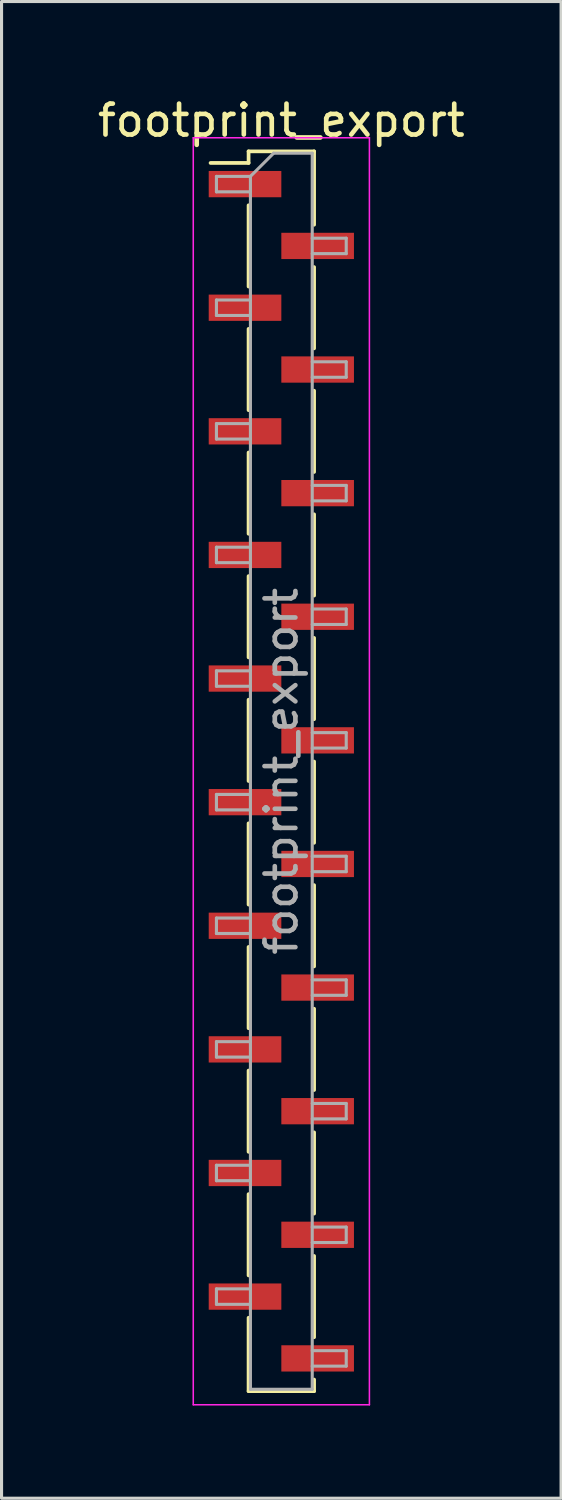
<source format=kicad_pcb>
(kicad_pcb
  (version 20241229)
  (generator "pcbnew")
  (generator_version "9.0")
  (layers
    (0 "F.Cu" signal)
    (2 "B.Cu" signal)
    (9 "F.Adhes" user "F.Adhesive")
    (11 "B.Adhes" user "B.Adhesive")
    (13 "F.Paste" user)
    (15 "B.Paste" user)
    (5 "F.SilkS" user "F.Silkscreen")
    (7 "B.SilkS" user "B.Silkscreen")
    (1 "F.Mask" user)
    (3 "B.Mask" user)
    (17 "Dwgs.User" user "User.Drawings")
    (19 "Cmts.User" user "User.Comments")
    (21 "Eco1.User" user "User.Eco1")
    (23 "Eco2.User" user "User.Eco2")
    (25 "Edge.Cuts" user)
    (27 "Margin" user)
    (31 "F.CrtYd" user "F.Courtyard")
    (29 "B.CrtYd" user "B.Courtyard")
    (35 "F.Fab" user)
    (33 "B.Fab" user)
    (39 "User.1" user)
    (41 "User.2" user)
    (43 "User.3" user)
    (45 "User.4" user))
  (footprint "footprint_export"
    (layer "F.Cu")
    (at 6.054 21.908)
    (property "Reference" "footprint_export" (at 0 -21.06 0) (layer "F.SilkS") (effects (font (size 1 1) (thickness 0.15))))
    (attr smd)
    (fp_line (start -1.06 -20.06) (end -1.06 -19.685) (stroke (width 0.12) (type solid)) (layer "F.SilkS"))
    (fp_line (start -1.06 -20.06) (end 1.06 -20.06) (stroke (width 0.12) (type solid)) (layer "F.SilkS"))
    (fp_line (start -1.06 -19.685) (end -2.29 -19.685) (stroke (width 0.12) (type solid)) (layer "F.SilkS"))
    (fp_line (start -1.06 -18.315) (end -1.06 -15.685) (stroke (width 0.12) (type solid)) (layer "F.SilkS"))
    (fp_line (start -1.06 -14.315) (end -1.06 -11.685) (stroke (width 0.12) (type solid)) (layer "F.SilkS"))
    (fp_line (start -1.06 -10.315) (end -1.06 -7.685) (stroke (width 0.12) (type solid)) (layer "F.SilkS"))
    (fp_line (start -1.06 -6.315) (end -1.06 -3.685) (stroke (width 0.12) (type solid)) (layer "F.SilkS"))
    (fp_line (start -1.06 -2.315) (end -1.06 0.315) (stroke (width 0.12) (type solid)) (layer "F.SilkS"))
    (fp_line (start -1.06 1.685) (end -1.06 4.315) (stroke (width 0.12) (type solid)) (layer "F.SilkS"))
    (fp_line (start -1.06 5.685) (end -1.06 8.315) (stroke (width 0.12) (type solid)) (layer "F.SilkS"))
    (fp_line (start -1.06 9.685) (end -1.06 12.315) (stroke (width 0.12) (type solid)) (layer "F.SilkS"))
    (fp_line (start -1.06 13.685) (end -1.06 16.315) (stroke (width 0.12) (type solid)) (layer "F.SilkS"))
    (fp_line (start -1.06 17.685) (end -1.06 20.06) (stroke (width 0.12) (type solid)) (layer "F.SilkS"))
    (fp_line (start -1.06 20.06) (end 1.06 20.06) (stroke (width 0.12) (type solid)) (layer "F.SilkS"))
    (fp_line (start 1.06 -20.06) (end 1.06 -17.685) (stroke (width 0.12) (type solid)) (layer "F.SilkS"))
    (fp_line (start 1.06 -16.315) (end 1.06 -13.685) (stroke (width 0.12) (type solid)) (layer "F.SilkS"))
    (fp_line (start 1.06 -12.315) (end 1.06 -9.685) (stroke (width 0.12) (type solid)) (layer "F.SilkS"))
    (fp_line (start 1.06 -8.315) (end 1.06 -5.685) (stroke (width 0.12) (type solid)) (layer "F.SilkS"))
    (fp_line (start 1.06 -4.315) (end 1.06 -1.685) (stroke (width 0.12) (type solid)) (layer "F.SilkS"))
    (fp_line (start 1.06 -0.315) (end 1.06 2.315) (stroke (width 0.12) (type solid)) (layer "F.SilkS"))
    (fp_line (start 1.06 3.685) (end 1.06 6.315) (stroke (width 0.12) (type solid)) (layer "F.SilkS"))
    (fp_line (start 1.06 7.685) (end 1.06 10.315) (stroke (width 0.12) (type solid)) (layer "F.SilkS"))
    (fp_line (start 1.06 11.685) (end 1.06 14.315) (stroke (width 0.12) (type solid)) (layer "F.SilkS"))
    (fp_line (start 1.06 15.685) (end 1.06 18.315) (stroke (width 0.12) (type solid)) (layer "F.SilkS"))
    (fp_line (start 1.06 19.685) (end 1.06 20.06) (stroke (width 0.12) (type solid)) (layer "F.SilkS"))
    (fp_line (start -2.85 -20.5) (end -2.85 20.5) (stroke (width 0.05) (type solid)) (layer "F.CrtYd"))
    (fp_line (start -2.85 20.5) (end 2.85 20.5) (stroke (width 0.05) (type solid)) (layer "F.CrtYd"))
    (fp_line (start 2.85 -20.5) (end -2.85 -20.5) (stroke (width 0.05) (type solid)) (layer "F.CrtYd"))
    (fp_line (start 2.85 20.5) (end 2.85 -20.5) (stroke (width 0.05) (type solid)) (layer "F.CrtYd"))
    (fp_line (start -2.1 -19.25) (end -2.1 -18.75) (stroke (width 0.1) (type solid)) (layer "F.Fab"))
    (fp_line (start -2.1 -18.75) (end -1 -18.75) (stroke (width 0.1) (type solid)) (layer "F.Fab"))
    (fp_line (start -2.1 -15.25) (end -2.1 -14.75) (stroke (width 0.1) (type solid)) (layer "F.Fab"))
    (fp_line (start -2.1 -14.75) (end -1 -14.75) (stroke (width 0.1) (type solid)) (layer "F.Fab"))
    (fp_line (start -2.1 -11.25) (end -2.1 -10.75) (stroke (width 0.1) (type solid)) (layer "F.Fab"))
    (fp_line (start -2.1 -10.75) (end -1 -10.75) (stroke (width 0.1) (type solid)) (layer "F.Fab"))
    (fp_line (start -2.1 -7.25) (end -2.1 -6.75) (stroke (width 0.1) (type solid)) (layer "F.Fab"))
    (fp_line (start -2.1 -6.75) (end -1 -6.75) (stroke (width 0.1) (type solid)) (layer "F.Fab"))
    (fp_line (start -2.1 -3.25) (end -2.1 -2.75) (stroke (width 0.1) (type solid)) (layer "F.Fab"))
    (fp_line (start -2.1 -2.75) (end -1 -2.75) (stroke (width 0.1) (type solid)) (layer "F.Fab"))
    (fp_line (start -2.1 0.75) (end -2.1 1.25) (stroke (width 0.1) (type solid)) (layer "F.Fab"))
    (fp_line (start -2.1 1.25) (end -1 1.25) (stroke (width 0.1) (type solid)) (layer "F.Fab"))
    (fp_line (start -2.1 4.75) (end -2.1 5.25) (stroke (width 0.1) (type solid)) (layer "F.Fab"))
    (fp_line (start -2.1 5.25) (end -1 5.25) (stroke (width 0.1) (type solid)) (layer "F.Fab"))
    (fp_line (start -2.1 8.75) (end -2.1 9.25) (stroke (width 0.1) (type solid)) (layer "F.Fab"))
    (fp_line (start -2.1 9.25) (end -1 9.25) (stroke (width 0.1) (type solid)) (layer "F.Fab"))
    (fp_line (start -2.1 12.75) (end -2.1 13.25) (stroke (width 0.1) (type solid)) (layer "F.Fab"))
    (fp_line (start -2.1 13.25) (end -1 13.25) (stroke (width 0.1) (type solid)) (layer "F.Fab"))
    (fp_line (start -2.1 16.75) (end -2.1 17.25) (stroke (width 0.1) (type solid)) (layer "F.Fab"))
    (fp_line (start -2.1 17.25) (end -1 17.25) (stroke (width 0.1) (type solid)) (layer "F.Fab"))
    (fp_line (start -1 -19.25) (end -2.1 -19.25) (stroke (width 0.1) (type solid)) (layer "F.Fab"))
    (fp_line (start -1 -19.25) (end -0.25 -20) (stroke (width 0.1) (type solid)) (layer "F.Fab"))
    (fp_line (start -1 -15.25) (end -2.1 -15.25) (stroke (width 0.1) (type solid)) (layer "F.Fab"))
    (fp_line (start -1 -11.25) (end -2.1 -11.25) (stroke (width 0.1) (type solid)) (layer "F.Fab"))
    (fp_line (start -1 -7.25) (end -2.1 -7.25) (stroke (width 0.1) (type solid)) (layer "F.Fab"))
    (fp_line (start -1 -3.25) (end -2.1 -3.25) (stroke (width 0.1) (type solid)) (layer "F.Fab"))
    (fp_line (start -1 0.75) (end -2.1 0.75) (stroke (width 0.1) (type solid)) (layer "F.Fab"))
    (fp_line (start -1 4.75) (end -2.1 4.75) (stroke (width 0.1) (type solid)) (layer "F.Fab"))
    (fp_line (start -1 8.75) (end -2.1 8.75) (stroke (width 0.1) (type solid)) (layer "F.Fab"))
    (fp_line (start -1 12.75) (end -2.1 12.75) (stroke (width 0.1) (type solid)) (layer "F.Fab"))
    (fp_line (start -1 16.75) (end -2.1 16.75) (stroke (width 0.1) (type solid)) (layer "F.Fab"))
    (fp_line (start -1 20) (end -1 -19.25) (stroke (width 0.1) (type solid)) (layer "F.Fab"))
    (fp_line (start -0.25 -20) (end 1 -20) (stroke (width 0.1) (type solid)) (layer "F.Fab"))
    (fp_line (start 1 -20) (end 1 20) (stroke (width 0.1) (type solid)) (layer "F.Fab"))
    (fp_line (start 1 -17.25) (end 2.1 -17.25) (stroke (width 0.1) (type solid)) (layer "F.Fab"))
    (fp_line (start 1 -13.25) (end 2.1 -13.25) (stroke (width 0.1) (type solid)) (layer "F.Fab"))
    (fp_line (start 1 -9.25) (end 2.1 -9.25) (stroke (width 0.1) (type solid)) (layer "F.Fab"))
    (fp_line (start 1 -5.25) (end 2.1 -5.25) (stroke (width 0.1) (type solid)) (layer "F.Fab"))
    (fp_line (start 1 -1.25) (end 2.1 -1.25) (stroke (width 0.1) (type solid)) (layer "F.Fab"))
    (fp_line (start 1 2.75) (end 2.1 2.75) (stroke (width 0.1) (type solid)) (layer "F.Fab"))
    (fp_line (start 1 6.75) (end 2.1 6.75) (stroke (width 0.1) (type solid)) (layer "F.Fab"))
    (fp_line (start 1 10.75) (end 2.1 10.75) (stroke (width 0.1) (type solid)) (layer "F.Fab"))
    (fp_line (start 1 14.75) (end 2.1 14.75) (stroke (width 0.1) (type solid)) (layer "F.Fab"))
    (fp_line (start 1 18.75) (end 2.1 18.75) (stroke (width 0.1) (type solid)) (layer "F.Fab"))
    (fp_line (start 1 20) (end -1 20) (stroke (width 0.1) (type solid)) (layer "F.Fab"))
    (fp_line (start 2.1 -17.25) (end 2.1 -16.75) (stroke (width 0.1) (type solid)) (layer "F.Fab"))
    (fp_line (start 2.1 -16.75) (end 1 -16.75) (stroke (width 0.1) (type solid)) (layer "F.Fab"))
    (fp_line (start 2.1 -13.25) (end 2.1 -12.75) (stroke (width 0.1) (type solid)) (layer "F.Fab"))
    (fp_line (start 2.1 -12.75) (end 1 -12.75) (stroke (width 0.1) (type solid)) (layer "F.Fab"))
    (fp_line (start 2.1 -9.25) (end 2.1 -8.75) (stroke (width 0.1) (type solid)) (layer "F.Fab"))
    (fp_line (start 2.1 -8.75) (end 1 -8.75) (stroke (width 0.1) (type solid)) (layer "F.Fab"))
    (fp_line (start 2.1 -5.25) (end 2.1 -4.75) (stroke (width 0.1) (type solid)) (layer "F.Fab"))
    (fp_line (start 2.1 -4.75) (end 1 -4.75) (stroke (width 0.1) (type solid)) (layer "F.Fab"))
    (fp_line (start 2.1 -1.25) (end 2.1 -0.75) (stroke (width 0.1) (type solid)) (layer "F.Fab"))
    (fp_line (start 2.1 -0.75) (end 1 -0.75) (stroke (width 0.1) (type solid)) (layer "F.Fab"))
    (fp_line (start 2.1 2.75) (end 2.1 3.25) (stroke (width 0.1) (type solid)) (layer "F.Fab"))
    (fp_line (start 2.1 3.25) (end 1 3.25) (stroke (width 0.1) (type solid)) (layer "F.Fab"))
    (fp_line (start 2.1 6.75) (end 2.1 7.25) (stroke (width 0.1) (type solid)) (layer "F.Fab"))
    (fp_line (start 2.1 7.25) (end 1 7.25) (stroke (width 0.1) (type solid)) (layer "F.Fab"))
    (fp_line (start 2.1 10.75) (end 2.1 11.25) (stroke (width 0.1) (type solid)) (layer "F.Fab"))
    (fp_line (start 2.1 11.25) (end 1 11.25) (stroke (width 0.1) (type solid)) (layer "F.Fab"))
    (fp_line (start 2.1 14.75) (end 2.1 15.25) (stroke (width 0.1) (type solid)) (layer "F.Fab"))
    (fp_line (start 2.1 15.25) (end 1 15.25) (stroke (width 0.1) (type solid)) (layer "F.Fab"))
    (fp_line (start 2.1 18.75) (end 2.1 19.25) (stroke (width 0.1) (type solid)) (layer "F.Fab"))
    (fp_line (start 2.1 19.25) (end 1 19.25) (stroke (width 0.1) (type solid)) (layer "F.Fab"))
    (fp_text user "${REFERENCE}" (at 0 0 90) (layer "F.Fab") (effects (font (size 1 1) (thickness 0.15))))
    (pad "1" smd rect (at -1.175 -19) (size 2.35 0.85) (layers "F.Cu" "F.Mask" "F.Paste"))
    (pad "2" smd rect (at 1.175 -17) (size 2.35 0.85) (layers "F.Cu" "F.Mask" "F.Paste"))
    (pad "3" smd rect (at -1.175 -15) (size 2.35 0.85) (layers "F.Cu" "F.Mask" "F.Paste"))
    (pad "4" smd rect (at 1.175 -13) (size 2.35 0.85) (layers "F.Cu" "F.Mask" "F.Paste"))
    (pad "5" smd rect (at -1.175 -11) (size 2.35 0.85) (layers "F.Cu" "F.Mask" "F.Paste"))
    (pad "6" smd rect (at 1.175 -9) (size 2.35 0.85) (layers "F.Cu" "F.Mask" "F.Paste"))
    (pad "7" smd rect (at -1.175 -7) (size 2.35 0.85) (layers "F.Cu" "F.Mask" "F.Paste"))
    (pad "8" smd rect (at 1.175 -5) (size 2.35 0.85) (layers "F.Cu" "F.Mask" "F.Paste"))
    (pad "9" smd rect (at -1.175 -3) (size 2.35 0.85) (layers "F.Cu" "F.Mask" "F.Paste"))
    (pad "10" smd rect (at 1.175 -1) (size 2.35 0.85) (layers "F.Cu" "F.Mask" "F.Paste"))
    (pad "11" smd rect (at -1.175 1) (size 2.35 0.85) (layers "F.Cu" "F.Mask" "F.Paste"))
    (pad "12" smd rect (at 1.175 3) (size 2.35 0.85) (layers "F.Cu" "F.Mask" "F.Paste"))
    (pad "13" smd rect (at -1.175 5) (size 2.35 0.85) (layers "F.Cu" "F.Mask" "F.Paste"))
    (pad "14" smd rect (at 1.175 7) (size 2.35 0.85) (layers "F.Cu" "F.Mask" "F.Paste"))
    (pad "15" smd rect (at -1.175 9) (size 2.35 0.85) (layers "F.Cu" "F.Mask" "F.Paste"))
    (pad "16" smd rect (at 1.175 11) (size 2.35 0.85) (layers "F.Cu" "F.Mask" "F.Paste"))
    (pad "17" smd rect (at -1.175 13) (size 2.35 0.85) (layers "F.Cu" "F.Mask" "F.Paste"))
    (pad "18" smd rect (at 1.175 15) (size 2.35 0.85) (layers "F.Cu" "F.Mask" "F.Paste"))
    (pad "19" smd rect (at -1.175 17) (size 2.35 0.85) (layers "F.Cu" "F.Mask" "F.Paste"))
    (pad "20" smd rect (at 1.175 19) (size 2.35 0.85) (layers "F.Cu" "F.Mask" "F.Paste")))
  (gr_rect
    (start -3 -3)
    (end 15.107 45.433)
    (stroke (width 0.1) (type default))
    (fill no)
    (layer "Edge.Cuts")))
</source>
